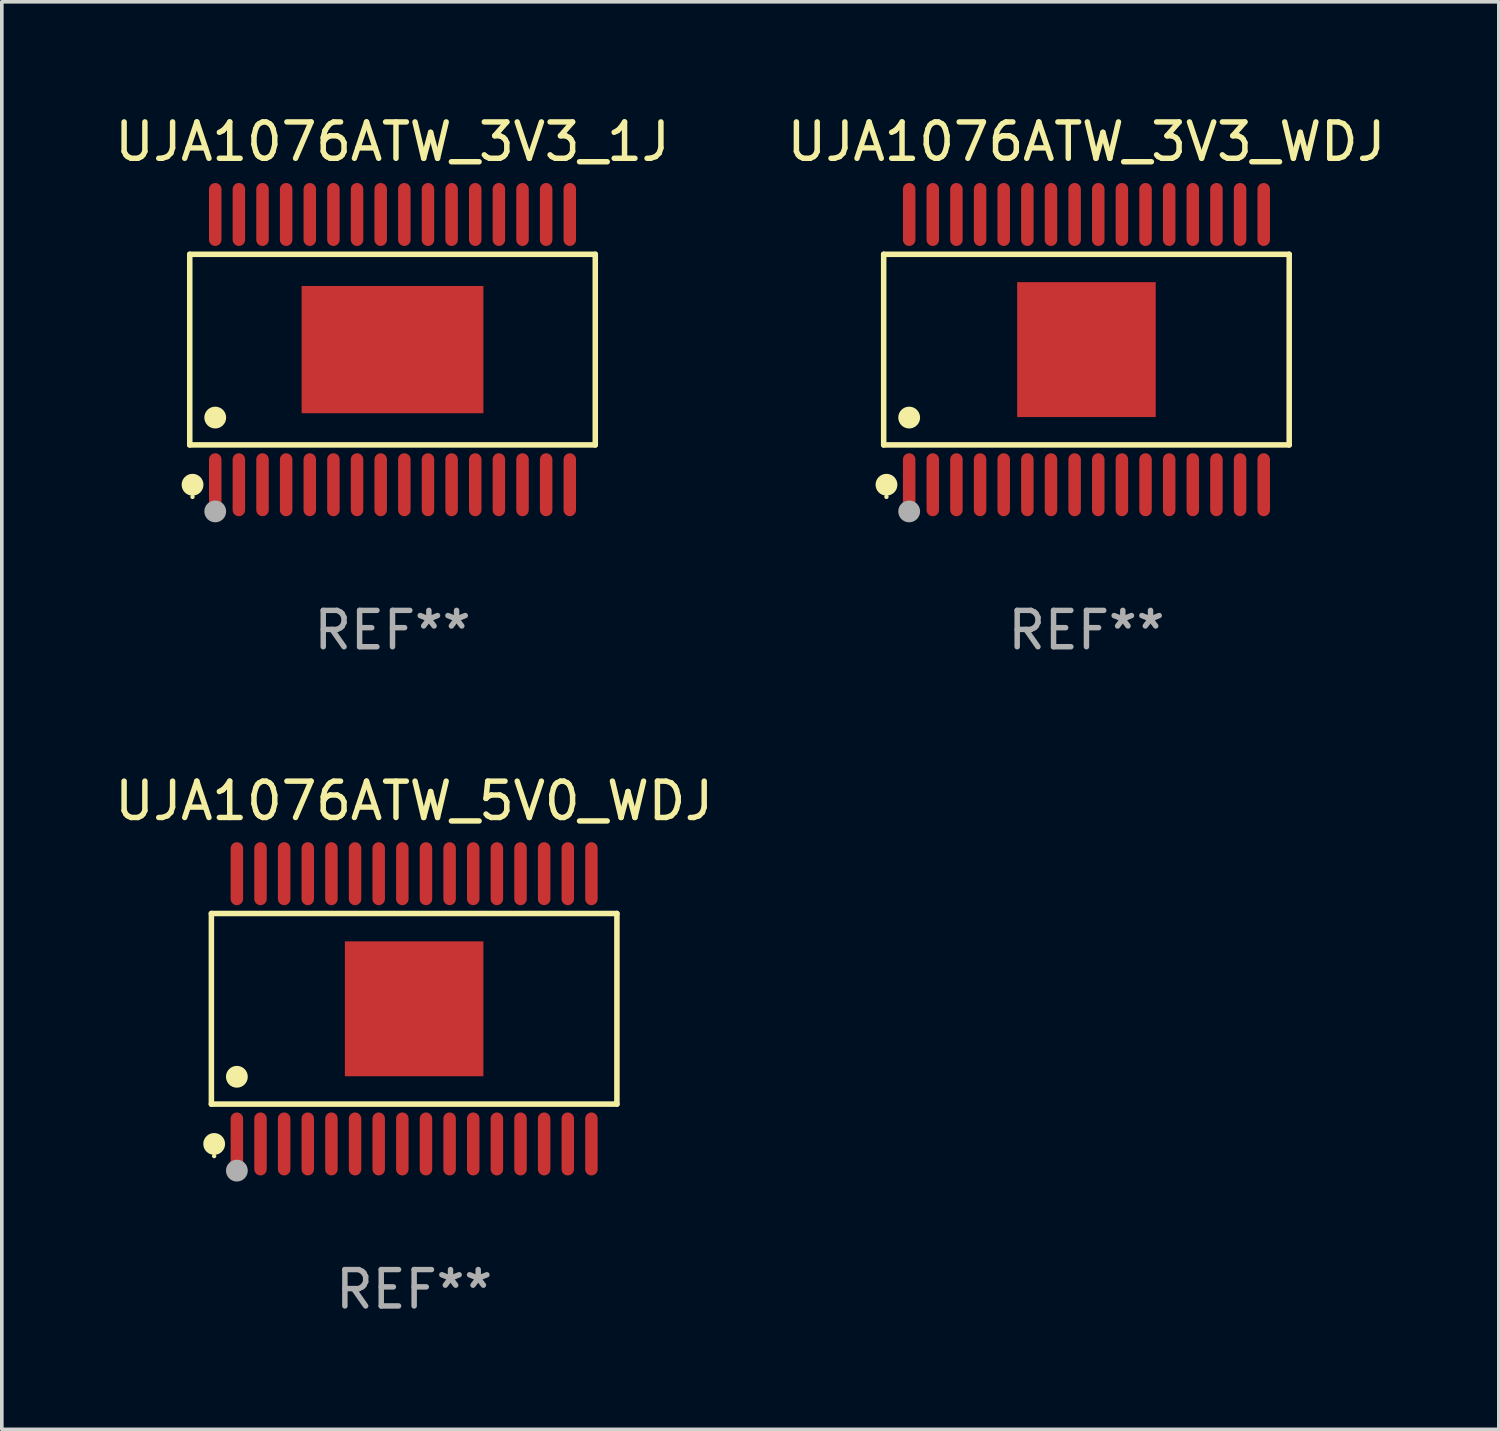
<source format=kicad_pcb>
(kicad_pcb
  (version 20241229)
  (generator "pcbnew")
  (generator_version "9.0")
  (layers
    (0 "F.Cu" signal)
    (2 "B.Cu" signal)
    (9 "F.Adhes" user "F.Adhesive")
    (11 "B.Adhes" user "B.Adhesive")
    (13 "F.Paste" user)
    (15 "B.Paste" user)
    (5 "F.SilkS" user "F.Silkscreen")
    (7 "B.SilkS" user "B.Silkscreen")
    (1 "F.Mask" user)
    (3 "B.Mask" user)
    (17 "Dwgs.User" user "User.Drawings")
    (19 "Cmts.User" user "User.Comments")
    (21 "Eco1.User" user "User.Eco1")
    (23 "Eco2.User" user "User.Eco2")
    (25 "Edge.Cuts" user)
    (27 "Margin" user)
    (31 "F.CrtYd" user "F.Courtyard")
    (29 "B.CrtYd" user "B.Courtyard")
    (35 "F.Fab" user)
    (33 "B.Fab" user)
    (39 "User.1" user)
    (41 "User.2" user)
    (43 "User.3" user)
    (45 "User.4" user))
  (footprint "UJA1076ATW_3V3_WDJ"
    (layer "F.Cu")
    (at 26.827 6.564)
    (property "Reference" "UJA1076ATW_3V3_WDJ" (at 0 -5.716 0) (layer "F.SilkS") (effects (font (size 1 1) (thickness 0.15))))
    (attr through_hole)
    (fp_line (start -5.576 -2.621) (end 5.576 -2.621) (stroke (width 0.152) (type solid)) (layer "F.SilkS"))
    (fp_line (start -5.576 2.621) (end -5.576 -2.621) (stroke (width 0.152) (type solid)) (layer "F.SilkS"))
    (fp_line (start 5.576 -2.621) (end 5.576 2.621) (stroke (width 0.152) (type solid)) (layer "F.SilkS"))
    (fp_line (start 5.576 2.621) (end -5.576 2.621) (stroke (width 0.152) (type solid)) (layer "F.SilkS"))
    (fp_circle (center -5.5 4.05) (end -5.47 4.05) (stroke (width 0.06) (type solid)) (fill no) (layer "F.SilkS"))
    (fp_circle (center -5.499 3.716) (end -5.349 3.716) (stroke (width 0.3) (type solid)) (fill no) (layer "F.SilkS"))
    (fp_circle (center -4.875 1.869) (end -4.725 1.869) (stroke (width 0.3) (type solid)) (fill no) (layer "F.SilkS"))
    (fp_circle (center -4.875 4.45) (end -4.725 4.45) (stroke (width 0.3) (type solid)) (fill no) (layer "F.Fab"))
    (fp_text user "REF**" (at 0 7.716 0) (layer "F.Fab") (effects (font (size 1 1) (thickness 0.15))))
    (pad "1" smd oval (at -4.875 3.716) (size 0.343 1.731) (layers "F.Cu" "F.Mask" "F.Paste"))
    (pad "2" smd oval (at -4.225 3.716) (size 0.343 1.731) (layers "F.Cu" "F.Mask" "F.Paste"))
    (pad "3" smd oval (at -3.575 3.716) (size 0.343 1.731) (layers "F.Cu" "F.Mask" "F.Paste"))
    (pad "4" smd oval (at -2.925 3.716) (size 0.343 1.731) (layers "F.Cu" "F.Mask" "F.Paste"))
    (pad "5" smd oval (at -2.275 3.716) (size 0.343 1.731) (layers "F.Cu" "F.Mask" "F.Paste"))
    (pad "6" smd oval (at -1.625 3.716) (size 0.343 1.731) (layers "F.Cu" "F.Mask" "F.Paste"))
    (pad "7" smd oval (at -0.975 3.716) (size 0.343 1.731) (layers "F.Cu" "F.Mask" "F.Paste"))
    (pad "8" smd oval (at -0.325 3.716) (size 0.343 1.731) (layers "F.Cu" "F.Mask" "F.Paste"))
    (pad "9" smd oval (at 0.325 3.716) (size 0.343 1.731) (layers "F.Cu" "F.Mask" "F.Paste"))
    (pad "10" smd oval (at 0.975 3.716) (size 0.343 1.731) (layers "F.Cu" "F.Mask" "F.Paste"))
    (pad "11" smd oval (at 1.625 3.716) (size 0.343 1.731) (layers "F.Cu" "F.Mask" "F.Paste"))
    (pad "12" smd oval (at 2.275 3.716) (size 0.343 1.731) (layers "F.Cu" "F.Mask" "F.Paste"))
    (pad "13" smd oval (at 2.925 3.716) (size 0.343 1.731) (layers "F.Cu" "F.Mask" "F.Paste"))
    (pad "14" smd oval (at 3.575 3.716) (size 0.343 1.731) (layers "F.Cu" "F.Mask" "F.Paste"))
    (pad "15" smd oval (at 4.225 3.716) (size 0.343 1.731) (layers "F.Cu" "F.Mask" "F.Paste"))
    (pad "16" smd oval (at 4.875 3.716) (size 0.343 1.731) (layers "F.Cu" "F.Mask" "F.Paste"))
    (pad "17" smd oval (at 4.875 -3.716) (size 0.343 1.731) (layers "F.Cu" "F.Mask" "F.Paste"))
    (pad "18" smd oval (at 4.225 -3.716) (size 0.343 1.731) (layers "F.Cu" "F.Mask" "F.Paste"))
    (pad "19" smd oval (at 3.575 -3.716) (size 0.343 1.731) (layers "F.Cu" "F.Mask" "F.Paste"))
    (pad "20" smd oval (at 2.925 -3.716) (size 0.343 1.731) (layers "F.Cu" "F.Mask" "F.Paste"))
    (pad "21" smd oval (at 2.275 -3.716) (size 0.343 1.731) (layers "F.Cu" "F.Mask" "F.Paste"))
    (pad "22" smd oval (at 1.625 -3.716) (size 0.343 1.731) (layers "F.Cu" "F.Mask" "F.Paste"))
    (pad "23" smd oval (at 0.975 -3.716) (size 0.343 1.731) (layers "F.Cu" "F.Mask" "F.Paste"))
    (pad "24" smd oval (at 0.325 -3.716) (size 0.343 1.731) (layers "F.Cu" "F.Mask" "F.Paste"))
    (pad "25" smd oval (at -0.325 -3.716) (size 0.343 1.731) (layers "F.Cu" "F.Mask" "F.Paste"))
    (pad "26" smd oval (at -0.975 -3.716) (size 0.343 1.731) (layers "F.Cu" "F.Mask" "F.Paste"))
    (pad "27" smd oval (at -1.625 -3.716) (size 0.343 1.731) (layers "F.Cu" "F.Mask" "F.Paste"))
    (pad "28" smd oval (at -2.275 -3.716) (size 0.343 1.731) (layers "F.Cu" "F.Mask" "F.Paste"))
    (pad "29" smd oval (at -2.925 -3.716) (size 0.343 1.731) (layers "F.Cu" "F.Mask" "F.Paste"))
    (pad "30" smd oval (at -3.575 -3.716) (size 0.343 1.731) (layers "F.Cu" "F.Mask" "F.Paste"))
    (pad "31" smd oval (at -4.225 -3.716) (size 0.343 1.731) (layers "F.Cu" "F.Mask" "F.Paste"))
    (pad "32" smd oval (at -4.875 -3.716) (size 0.343 1.731) (layers "F.Cu" "F.Mask" "F.Paste"))
    (pad "33" smd rect (at 0 0) (size 3.81 3.71) (layers "F.Cu" "F.Mask" "F.Paste")))
  (footprint "UJA1076ATW_5V0_WDJ"
    (layer "F.Cu")
    (at 8.339 24.692)
    (property "Reference" "UJA1076ATW_5V0_WDJ" (at 0 -5.716 0) (layer "F.SilkS") (effects (font (size 1 1) (thickness 0.15))))
    (attr through_hole)
    (fp_line (start -5.576 -2.621) (end 5.576 -2.621) (stroke (width 0.152) (type solid)) (layer "F.SilkS"))
    (fp_line (start -5.576 2.621) (end -5.576 -2.621) (stroke (width 0.152) (type solid)) (layer "F.SilkS"))
    (fp_line (start 5.576 -2.621) (end 5.576 2.621) (stroke (width 0.152) (type solid)) (layer "F.SilkS"))
    (fp_line (start 5.576 2.621) (end -5.576 2.621) (stroke (width 0.152) (type solid)) (layer "F.SilkS"))
    (fp_circle (center -5.5 4.05) (end -5.47 4.05) (stroke (width 0.06) (type solid)) (fill no) (layer "F.SilkS"))
    (fp_circle (center -5.499 3.716) (end -5.349 3.716) (stroke (width 0.3) (type solid)) (fill no) (layer "F.SilkS"))
    (fp_circle (center -4.875 1.869) (end -4.725 1.869) (stroke (width 0.3) (type solid)) (fill no) (layer "F.SilkS"))
    (fp_circle (center -4.875 4.45) (end -4.725 4.45) (stroke (width 0.3) (type solid)) (fill no) (layer "F.Fab"))
    (fp_text user "REF**" (at 0 7.716 0) (layer "F.Fab") (effects (font (size 1 1) (thickness 0.15))))
    (pad "1" smd oval (at -4.875 3.716) (size 0.343 1.731) (layers "F.Cu" "F.Mask" "F.Paste"))
    (pad "2" smd oval (at -4.225 3.716) (size 0.343 1.731) (layers "F.Cu" "F.Mask" "F.Paste"))
    (pad "3" smd oval (at -3.575 3.716) (size 0.343 1.731) (layers "F.Cu" "F.Mask" "F.Paste"))
    (pad "4" smd oval (at -2.925 3.716) (size 0.343 1.731) (layers "F.Cu" "F.Mask" "F.Paste"))
    (pad "5" smd oval (at -2.275 3.716) (size 0.343 1.731) (layers "F.Cu" "F.Mask" "F.Paste"))
    (pad "6" smd oval (at -1.625 3.716) (size 0.343 1.731) (layers "F.Cu" "F.Mask" "F.Paste"))
    (pad "7" smd oval (at -0.975 3.716) (size 0.343 1.731) (layers "F.Cu" "F.Mask" "F.Paste"))
    (pad "8" smd oval (at -0.325 3.716) (size 0.343 1.731) (layers "F.Cu" "F.Mask" "F.Paste"))
    (pad "9" smd oval (at 0.325 3.716) (size 0.343 1.731) (layers "F.Cu" "F.Mask" "F.Paste"))
    (pad "10" smd oval (at 0.975 3.716) (size 0.343 1.731) (layers "F.Cu" "F.Mask" "F.Paste"))
    (pad "11" smd oval (at 1.625 3.716) (size 0.343 1.731) (layers "F.Cu" "F.Mask" "F.Paste"))
    (pad "12" smd oval (at 2.275 3.716) (size 0.343 1.731) (layers "F.Cu" "F.Mask" "F.Paste"))
    (pad "13" smd oval (at 2.925 3.716) (size 0.343 1.731) (layers "F.Cu" "F.Mask" "F.Paste"))
    (pad "14" smd oval (at 3.575 3.716) (size 0.343 1.731) (layers "F.Cu" "F.Mask" "F.Paste"))
    (pad "15" smd oval (at 4.225 3.716) (size 0.343 1.731) (layers "F.Cu" "F.Mask" "F.Paste"))
    (pad "16" smd oval (at 4.875 3.716) (size 0.343 1.731) (layers "F.Cu" "F.Mask" "F.Paste"))
    (pad "17" smd oval (at 4.875 -3.716) (size 0.343 1.731) (layers "F.Cu" "F.Mask" "F.Paste"))
    (pad "18" smd oval (at 4.225 -3.716) (size 0.343 1.731) (layers "F.Cu" "F.Mask" "F.Paste"))
    (pad "19" smd oval (at 3.575 -3.716) (size 0.343 1.731) (layers "F.Cu" "F.Mask" "F.Paste"))
    (pad "20" smd oval (at 2.925 -3.716) (size 0.343 1.731) (layers "F.Cu" "F.Mask" "F.Paste"))
    (pad "21" smd oval (at 2.275 -3.716) (size 0.343 1.731) (layers "F.Cu" "F.Mask" "F.Paste"))
    (pad "22" smd oval (at 1.625 -3.716) (size 0.343 1.731) (layers "F.Cu" "F.Mask" "F.Paste"))
    (pad "23" smd oval (at 0.975 -3.716) (size 0.343 1.731) (layers "F.Cu" "F.Mask" "F.Paste"))
    (pad "24" smd oval (at 0.325 -3.716) (size 0.343 1.731) (layers "F.Cu" "F.Mask" "F.Paste"))
    (pad "25" smd oval (at -0.325 -3.716) (size 0.343 1.731) (layers "F.Cu" "F.Mask" "F.Paste"))
    (pad "26" smd oval (at -0.975 -3.716) (size 0.343 1.731) (layers "F.Cu" "F.Mask" "F.Paste"))
    (pad "27" smd oval (at -1.625 -3.716) (size 0.343 1.731) (layers "F.Cu" "F.Mask" "F.Paste"))
    (pad "28" smd oval (at -2.275 -3.716) (size 0.343 1.731) (layers "F.Cu" "F.Mask" "F.Paste"))
    (pad "29" smd oval (at -2.925 -3.716) (size 0.343 1.731) (layers "F.Cu" "F.Mask" "F.Paste"))
    (pad "30" smd oval (at -3.575 -3.716) (size 0.343 1.731) (layers "F.Cu" "F.Mask" "F.Paste"))
    (pad "31" smd oval (at -4.225 -3.716) (size 0.343 1.731) (layers "F.Cu" "F.Mask" "F.Paste"))
    (pad "32" smd oval (at -4.875 -3.716) (size 0.343 1.731) (layers "F.Cu" "F.Mask" "F.Paste"))
    (pad "33" smd rect (at 0 0) (size 3.81 3.71) (layers "F.Cu" "F.Mask" "F.Paste")))
  (footprint "UJA1076ATW_3V3_1J"
    (layer "F.Cu")
    (at 7.744 6.564)
    (property "Reference" "UJA1076ATW_3V3_1J" (at 0 -5.716 0) (layer "F.SilkS") (effects (font (size 1 1) (thickness 0.15))))
    (attr through_hole)
    (fp_line (start -5.576 -2.621) (end 5.576 -2.621) (stroke (width 0.152) (type solid)) (layer "F.SilkS"))
    (fp_line (start -5.576 2.621) (end -5.576 -2.621) (stroke (width 0.152) (type solid)) (layer "F.SilkS"))
    (fp_line (start 5.576 -2.621) (end 5.576 2.621) (stroke (width 0.152) (type solid)) (layer "F.SilkS"))
    (fp_line (start 5.576 2.621) (end -5.576 2.621) (stroke (width 0.152) (type solid)) (layer "F.SilkS"))
    (fp_circle (center -5.5 4.05) (end -5.47 4.05) (stroke (width 0.06) (type solid)) (fill no) (layer "F.SilkS"))
    (fp_circle (center -5.499 3.716) (end -5.349 3.716) (stroke (width 0.3) (type solid)) (fill no) (layer "F.SilkS"))
    (fp_circle (center -4.875 1.869) (end -4.725 1.869) (stroke (width 0.3) (type solid)) (fill no) (layer "F.SilkS"))
    (fp_circle (center -4.875 4.45) (end -4.725 4.45) (stroke (width 0.3) (type solid)) (fill no) (layer "F.Fab"))
    (fp_text user "REF**" (at 0 7.716 0) (layer "F.Fab") (effects (font (size 1 1) (thickness 0.15))))
    (pad "1" smd oval (at -4.875 3.716) (size 0.343 1.731) (layers "F.Cu" "F.Mask" "F.Paste"))
    (pad "2" smd oval (at -4.225 3.716) (size 0.343 1.731) (layers "F.Cu" "F.Mask" "F.Paste"))
    (pad "3" smd oval (at -3.575 3.716) (size 0.343 1.731) (layers "F.Cu" "F.Mask" "F.Paste"))
    (pad "4" smd oval (at -2.925 3.716) (size 0.343 1.731) (layers "F.Cu" "F.Mask" "F.Paste"))
    (pad "5" smd oval (at -2.275 3.716) (size 0.343 1.731) (layers "F.Cu" "F.Mask" "F.Paste"))
    (pad "6" smd oval (at -1.625 3.716) (size 0.343 1.731) (layers "F.Cu" "F.Mask" "F.Paste"))
    (pad "7" smd oval (at -0.975 3.716) (size 0.343 1.731) (layers "F.Cu" "F.Mask" "F.Paste"))
    (pad "8" smd oval (at -0.325 3.716) (size 0.343 1.731) (layers "F.Cu" "F.Mask" "F.Paste"))
    (pad "9" smd oval (at 0.325 3.716) (size 0.343 1.731) (layers "F.Cu" "F.Mask" "F.Paste"))
    (pad "10" smd oval (at 0.975 3.716) (size 0.343 1.731) (layers "F.Cu" "F.Mask" "F.Paste"))
    (pad "11" smd oval (at 1.625 3.716) (size 0.343 1.731) (layers "F.Cu" "F.Mask" "F.Paste"))
    (pad "12" smd oval (at 2.275 3.716) (size 0.343 1.731) (layers "F.Cu" "F.Mask" "F.Paste"))
    (pad "13" smd oval (at 2.925 3.716) (size 0.343 1.731) (layers "F.Cu" "F.Mask" "F.Paste"))
    (pad "14" smd oval (at 3.575 3.716) (size 0.343 1.731) (layers "F.Cu" "F.Mask" "F.Paste"))
    (pad "15" smd oval (at 4.225 3.716) (size 0.343 1.731) (layers "F.Cu" "F.Mask" "F.Paste"))
    (pad "16" smd oval (at 4.875 3.716) (size 0.343 1.731) (layers "F.Cu" "F.Mask" "F.Paste"))
    (pad "17" smd oval (at 4.875 -3.716) (size 0.343 1.731) (layers "F.Cu" "F.Mask" "F.Paste"))
    (pad "18" smd oval (at 4.225 -3.716) (size 0.343 1.731) (layers "F.Cu" "F.Mask" "F.Paste"))
    (pad "19" smd oval (at 3.575 -3.716) (size 0.343 1.731) (layers "F.Cu" "F.Mask" "F.Paste"))
    (pad "20" smd oval (at 2.925 -3.716) (size 0.343 1.731) (layers "F.Cu" "F.Mask" "F.Paste"))
    (pad "21" smd oval (at 2.275 -3.716) (size 0.343 1.731) (layers "F.Cu" "F.Mask" "F.Paste"))
    (pad "22" smd oval (at 1.625 -3.716) (size 0.343 1.731) (layers "F.Cu" "F.Mask" "F.Paste"))
    (pad "23" smd oval (at 0.975 -3.716) (size 0.343 1.731) (layers "F.Cu" "F.Mask" "F.Paste"))
    (pad "24" smd oval (at 0.325 -3.716) (size 0.343 1.731) (layers "F.Cu" "F.Mask" "F.Paste"))
    (pad "25" smd oval (at -0.325 -3.716) (size 0.343 1.731) (layers "F.Cu" "F.Mask" "F.Paste"))
    (pad "26" smd oval (at -0.975 -3.716) (size 0.343 1.731) (layers "F.Cu" "F.Mask" "F.Paste"))
    (pad "27" smd oval (at -1.625 -3.716) (size 0.343 1.731) (layers "F.Cu" "F.Mask" "F.Paste"))
    (pad "28" smd oval (at -2.275 -3.716) (size 0.343 1.731) (layers "F.Cu" "F.Mask" "F.Paste"))
    (pad "29" smd oval (at -2.925 -3.716) (size 0.343 1.731) (layers "F.Cu" "F.Mask" "F.Paste"))
    (pad "30" smd oval (at -3.575 -3.716) (size 0.343 1.731) (layers "F.Cu" "F.Mask" "F.Paste"))
    (pad "31" smd oval (at -4.225 -3.716) (size 0.343 1.731) (layers "F.Cu" "F.Mask" "F.Paste"))
    (pad "32" smd oval (at -4.875 -3.716) (size 0.343 1.731) (layers "F.Cu" "F.Mask" "F.Paste"))
    (pad "33" smd rect (at 0 0) (size 5 3.5) (layers "F.Cu" "F.Mask" "F.Paste")))
  (gr_rect
    (start -3 -3)
    (end 38.167 36.256)
    (stroke (width 0.1) (type default))
    (fill no)
    (layer "Edge.Cuts")))
</source>
